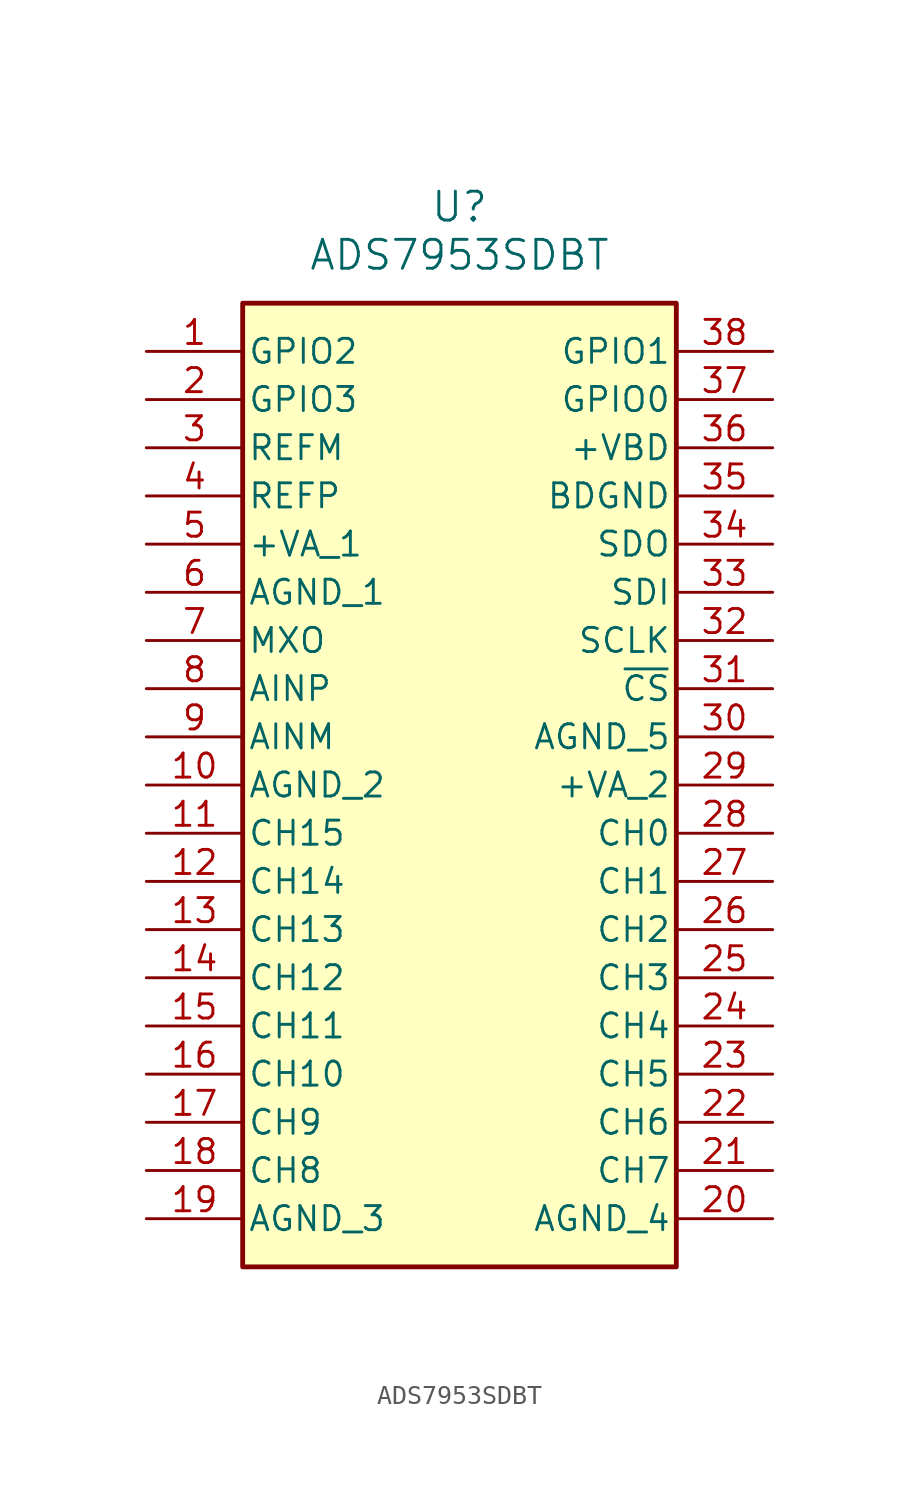
<source format=kicad_sym>
(kicad_symbol_lib
  (version 20241209)
  (generator "kicad_symbol_editor")
  (generator_version "9.0")
  (symbol "ADS7953SDBT"
    (pin_names
      (offset 0.254))
    (property "Reference" "U"
      (at 33.02 10.16 0)
      (effects (font (size 1.524 1.524))))
    (property "Value" "ADS7953SDBT"
      (at 33.02 7.62 0)
      (effects (font (size 1.524 1.524))))
    (property "ki_locked" ""
      (at 0 0 0)
      (effects (font (size 1.27 1.27))))
    (symbol "ADS7953SDBT_1_1"
      (rectangle (start 21.59 5.08) (end 44.45 -45.72) (stroke (width 0.254) (type default)) (fill (type background)))
      (pin passive line (at 16.51 2.54 0) (length 5.08) (name "GPIO2" (effects (font (size 1.27 1.27)))) (number "1" (effects (font (size 1.27 1.27)))))
      (pin passive line (at 16.51 0 0) (length 5.08) (name "GPIO3" (effects (font (size 1.27 1.27)))) (number "2" (effects (font (size 1.27 1.27)))))
      (pin passive line (at 16.51 -2.54 0) (length 5.08) (name "REFM" (effects (font (size 1.27 1.27)))) (number "3" (effects (font (size 1.27 1.27)))))
      (pin passive line (at 16.51 -5.08 0) (length 5.08) (name "REFP" (effects (font (size 1.27 1.27)))) (number "4" (effects (font (size 1.27 1.27)))))
      (pin passive line (at 16.51 -7.62 0) (length 5.08) (name "+VA_1" (effects (font (size 1.27 1.27)))) (number "5" (effects (font (size 1.27 1.27)))))
      (pin passive line (at 16.51 -10.16 0) (length 5.08) (name "AGND_1" (effects (font (size 1.27 1.27)))) (number "6" (effects (font (size 1.27 1.27)))))
      (pin passive line (at 16.51 -12.7 0) (length 5.08) (name "MXO" (effects (font (size 1.27 1.27)))) (number "7" (effects (font (size 1.27 1.27)))))
      (pin passive line (at 16.51 -15.24 0) (length 5.08) (name "AINP" (effects (font (size 1.27 1.27)))) (number "8" (effects (font (size 1.27 1.27)))))
      (pin passive line (at 16.51 -17.78 0) (length 5.08) (name "AINM" (effects (font (size 1.27 1.27)))) (number "9" (effects (font (size 1.27 1.27)))))
      (pin passive line (at 16.51 -20.32 0) (length 5.08) (name "AGND_2" (effects (font (size 1.27 1.27)))) (number "10" (effects (font (size 1.27 1.27)))))
      (pin passive line (at 16.51 -22.86 0) (length 5.08) (name "CH15" (effects (font (size 1.27 1.27)))) (number "11" (effects (font (size 1.27 1.27)))))
      (pin passive line (at 16.51 -25.4 0) (length 5.08) (name "CH14" (effects (font (size 1.27 1.27)))) (number "12" (effects (font (size 1.27 1.27)))))
      (pin passive line (at 16.51 -27.94 0) (length 5.08) (name "CH13" (effects (font (size 1.27 1.27)))) (number "13" (effects (font (size 1.27 1.27)))))
      (pin passive line (at 16.51 -30.48 0) (length 5.08) (name "CH12" (effects (font (size 1.27 1.27)))) (number "14" (effects (font (size 1.27 1.27)))))
      (pin passive line (at 16.51 -33.02 0) (length 5.08) (name "CH11" (effects (font (size 1.27 1.27)))) (number "15" (effects (font (size 1.27 1.27)))))
      (pin passive line (at 16.51 -35.56 0) (length 5.08) (name "CH10" (effects (font (size 1.27 1.27)))) (number "16" (effects (font (size 1.27 1.27)))))
      (pin passive line (at 16.51 -38.1 0) (length 5.08) (name "CH9" (effects (font (size 1.27 1.27)))) (number "17" (effects (font (size 1.27 1.27)))))
      (pin passive line (at 16.51 -40.64 0) (length 5.08) (name "CH8" (effects (font (size 1.27 1.27)))) (number "18" (effects (font (size 1.27 1.27)))))
      (pin passive line (at 16.51 -43.18 0) (length 5.08) (name "AGND_3" (effects (font (size 1.27 1.27)))) (number "19" (effects (font (size 1.27 1.27)))))
      (pin passive line (at 49.53 2.54 180) (length 5.08) (name "GPIO1" (effects (font (size 1.27 1.27)))) (number "38" (effects (font (size 1.27 1.27)))))
      (pin passive line (at 49.53 0 180) (length 5.08) (name "GPIO0" (effects (font (size 1.27 1.27)))) (number "37" (effects (font (size 1.27 1.27)))))
      (pin passive line (at 49.53 -2.54 180) (length 5.08) (name "+VBD" (effects (font (size 1.27 1.27)))) (number "36" (effects (font (size 1.27 1.27)))))
      (pin passive line (at 49.53 -5.08 180) (length 5.08) (name "BDGND" (effects (font (size 1.27 1.27)))) (number "35" (effects (font (size 1.27 1.27)))))
      (pin passive line (at 49.53 -7.62 180) (length 5.08) (name "SDO" (effects (font (size 1.27 1.27)))) (number "34" (effects (font (size 1.27 1.27)))))
      (pin passive line (at 49.53 -10.16 180) (length 5.08) (name "SDI" (effects (font (size 1.27 1.27)))) (number "33" (effects (font (size 1.27 1.27)))))
      (pin passive line (at 49.53 -12.7 180) (length 5.08) (name "SCLK" (effects (font (size 1.27 1.27)))) (number "32" (effects (font (size 1.27 1.27)))))
      (pin passive line (at 49.53 -15.24 180) (length 5.08) (name "~{CS}" (effects (font (size 1.27 1.27)))) (number "31" (effects (font (size 1.27 1.27)))))
      (pin passive line (at 49.53 -17.78 180) (length 5.08) (name "AGND_5" (effects (font (size 1.27 1.27)))) (number "30" (effects (font (size 1.27 1.27)))))
      (pin passive line (at 49.53 -20.32 180) (length 5.08) (name "+VA_2" (effects (font (size 1.27 1.27)))) (number "29" (effects (font (size 1.27 1.27)))))
      (pin passive line (at 49.53 -22.86 180) (length 5.08) (name "CH0" (effects (font (size 1.27 1.27)))) (number "28" (effects (font (size 1.27 1.27)))))
      (pin passive line (at 49.53 -25.4 180) (length 5.08) (name "CH1" (effects (font (size 1.27 1.27)))) (number "27" (effects (font (size 1.27 1.27)))))
      (pin passive line (at 49.53 -27.94 180) (length 5.08) (name "CH2" (effects (font (size 1.27 1.27)))) (number "26" (effects (font (size 1.27 1.27)))))
      (pin passive line (at 49.53 -30.48 180) (length 5.08) (name "CH3" (effects (font (size 1.27 1.27)))) (number "25" (effects (font (size 1.27 1.27)))))
      (pin passive line (at 49.53 -33.02 180) (length 5.08) (name "CH4" (effects (font (size 1.27 1.27)))) (number "24" (effects (font (size 1.27 1.27)))))
      (pin passive line (at 49.53 -35.56 180) (length 5.08) (name "CH5" (effects (font (size 1.27 1.27)))) (number "23" (effects (font (size 1.27 1.27)))))
      (pin passive line (at 49.53 -38.1 180) (length 5.08) (name "CH6" (effects (font (size 1.27 1.27)))) (number "22" (effects (font (size 1.27 1.27)))))
      (pin passive line (at 49.53 -40.64 180) (length 5.08) (name "CH7" (effects (font (size 1.27 1.27)))) (number "21" (effects (font (size 1.27 1.27)))))
      (pin passive line (at 49.53 -43.18 180) (length 5.08) (name "AGND_4" (effects (font (size 1.27 1.27)))) (number "20" (effects (font (size 1.27 1.27))))))))
</source>
